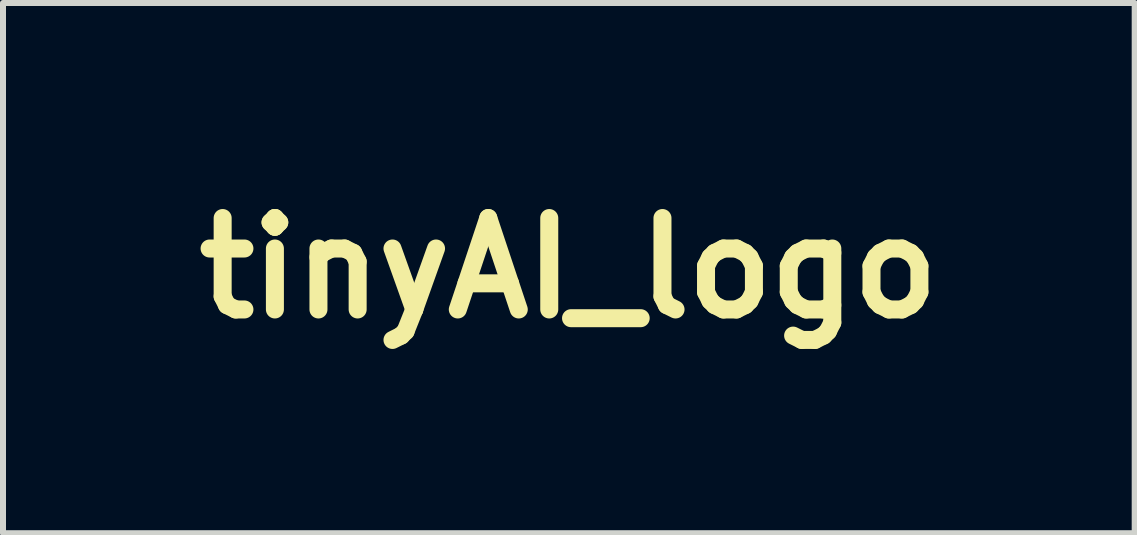
<source format=kicad_pcb>
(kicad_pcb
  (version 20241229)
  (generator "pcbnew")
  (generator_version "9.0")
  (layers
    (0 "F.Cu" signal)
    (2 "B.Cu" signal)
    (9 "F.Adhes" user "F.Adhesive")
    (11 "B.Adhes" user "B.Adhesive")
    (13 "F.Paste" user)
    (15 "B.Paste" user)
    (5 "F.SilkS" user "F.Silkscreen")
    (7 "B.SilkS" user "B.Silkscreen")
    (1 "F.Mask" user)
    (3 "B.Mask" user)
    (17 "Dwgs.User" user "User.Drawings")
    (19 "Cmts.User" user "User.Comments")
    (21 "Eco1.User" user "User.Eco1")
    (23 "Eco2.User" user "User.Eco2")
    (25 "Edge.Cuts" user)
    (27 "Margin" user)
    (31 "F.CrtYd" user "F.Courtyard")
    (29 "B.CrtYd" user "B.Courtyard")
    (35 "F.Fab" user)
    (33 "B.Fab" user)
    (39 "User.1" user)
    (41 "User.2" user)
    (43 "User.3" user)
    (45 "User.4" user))
  (footprint "tinyAI_logo"
    (layer "F.Cu")
    (at 6.43 1.418)
    (property "Reference" "tinyAI_logo" (at 0 0 0) (layer "F.SilkS") (effects (font (size 1.524 1.524) (thickness 0.3))))
    (attr board_only exclude_from_pos_files exclude_from_bom)
    (fp_poly (pts (xy -2.297 0.975) (xy -2.366 0.975) (xy -2.366 0.415) (xy -2.297 0.415)) (stroke (width 0) (type solid)) (fill yes) (layer "F.Mask"))
    (fp_poly (pts (xy -2.294 0.305) (xy -2.373 0.305) (xy -2.373 0.22) (xy -2.294 0.22)) (stroke (width 0) (type solid)) (fill yes) (layer "F.Mask"))
    (fp_poly (pts (xy -0.466 0.371) (xy -0.629 0.371) (xy -0.629 0.205) (xy -0.466 0.205)) (stroke (width 0) (type solid)) (fill yes) (layer "F.Mask"))
    (fp_poly (pts (xy -0.466 0.975) (xy -0.629 0.975) (xy -0.629 0.415) (xy -0.466 0.415)) (stroke (width 0) (type solid)) (fill yes) (layer "F.Mask"))
    (fp_poly (pts (xy 0.349 0.371) (xy 0.186 0.371) (xy 0.186 0.205) (xy 0.349 0.205)) (stroke (width 0) (type solid)) (fill yes) (layer "F.Mask"))
    (fp_poly (pts (xy 0.349 0.975) (xy 0.186 0.975) (xy 0.186 0.415) (xy 0.349 0.415)) (stroke (width 0) (type solid)) (fill yes) (layer "F.Mask"))
    (fp_poly (pts (xy 1.841 0.975) (xy 1.671 0.975) (xy 1.671 0.802) (xy 1.841 0.802)) (stroke (width 0) (type solid)) (fill yes) (layer "F.Mask"))
    (fp_poly (pts (xy 2.728 0.371) (xy 2.565 0.371) (xy 2.565 0.205) (xy 2.728 0.205)) (stroke (width 0) (type solid)) (fill yes) (layer "F.Mask"))
    (fp_poly (pts (xy 2.728 0.975) (xy 2.565 0.975) (xy 2.565 0.415) (xy 2.728 0.415)) (stroke (width 0) (type solid)) (fill yes) (layer "F.Mask"))
    (fp_poly (pts (xy -2.615 0.415) (xy -2.489 0.415) (xy -2.489 0.475) (xy -2.615 0.475) (xy -2.614 0.673) (xy -2.613 0.87) (xy -2.606 0.887) (xy -2.596 0.902) (xy -2.584 0.916) (xy -2.569 0.927) (xy -2.554 0.933) (xy -2.552 0.934) (xy -2.541 0.935) (xy -2.525 0.936) (xy -2.507 0.936) (xy -2.49 0.935) (xy -2.474 0.934) (xy -2.473 0.934) (xy -2.454 0.931) (xy -2.454 0.987) (xy -2.476 0.989) (xy -2.498 0.991) (xy -2.519 0.992) (xy -2.536 0.993) (xy -2.549 0.993) (xy -2.554 0.992) (xy -2.585 0.986) (xy -2.612 0.976) (xy -2.634 0.963) (xy -2.646 0.951) (xy -2.656 0.938) (xy -2.665 0.92) (xy -2.673 0.899) (xy -2.679 0.877) (xy -2.681 0.866) (xy -2.681 0.857) (xy -2.682 0.843) (xy -2.683 0.822) (xy -2.683 0.795) (xy -2.684 0.764) (xy -2.684 0.727) (xy -2.684 0.685) (xy -2.684 0.659) (xy -2.684 0.475) (xy -2.794 0.475) (xy -2.794 0.415) (xy -2.687 0.415) (xy -2.687 0.281) (xy -2.663 0.279) (xy -2.649 0.278) (xy -2.636 0.276) (xy -2.627 0.275) (xy -2.627 0.275) (xy -2.615 0.273)) (stroke (width 0) (type solid)) (fill yes) (layer "F.Mask"))
    (fp_poly (pts (xy 1.402 0.408) (xy 1.417 0.408) (xy 1.429 0.41) (xy 1.438 0.412) (xy 1.444 0.413) (xy 1.454 0.417) (xy 1.461 0.42) (xy 1.463 0.421) (xy 1.467 0.424) (xy 1.474 0.429) (xy 1.479 0.432) (xy 1.499 0.447) (xy 1.517 0.467) (xy 1.531 0.492) (xy 1.541 0.521) (xy 1.544 0.532) (xy 1.545 0.538) (xy 1.546 0.544) (xy 1.547 0.553) (xy 1.547 0.564) (xy 1.548 0.577) (xy 1.548 0.594) (xy 1.549 0.614) (xy 1.549 0.639) (xy 1.55 0.668) (xy 1.55 0.702) (xy 1.55 0.741) (xy 1.55 0.765) (xy 1.552 0.975) (xy 1.388 0.975) (xy 1.388 0.805) (xy 1.388 0.762) (xy 1.387 0.724) (xy 1.387 0.692) (xy 1.387 0.665) (xy 1.386 0.643) (xy 1.385 0.624) (xy 1.384 0.609) (xy 1.383 0.597) (xy 1.381 0.587) (xy 1.379 0.579) (xy 1.377 0.574) (xy 1.376 0.572) (xy 1.365 0.555) (xy 1.35 0.544) (xy 1.332 0.537) (xy 1.312 0.537) (xy 1.305 0.538) (xy 1.287 0.543) (xy 1.273 0.552) (xy 1.261 0.565) (xy 1.251 0.582) (xy 1.245 0.596) (xy 1.244 0.6) (xy 1.243 0.604) (xy 1.242 0.609) (xy 1.241 0.615) (xy 1.24 0.622) (xy 1.239 0.631) (xy 1.239 0.642) (xy 1.239 0.657) (xy 1.238 0.676) (xy 1.238 0.699) (xy 1.238 0.726) (xy 1.238 0.759) (xy 1.237 0.795) (xy 1.236 0.975) (xy 1.073 0.975) (xy 1.073 0.415) (xy 1.224 0.415) (xy 1.225 0.46) (xy 1.226 0.505) (xy 1.239 0.484) (xy 1.246 0.474) (xy 1.255 0.463) (xy 1.265 0.452) (xy 1.275 0.442) (xy 1.284 0.434) (xy 1.29 0.429) (xy 1.293 0.428) (xy 1.297 0.426) (xy 1.303 0.422) (xy 1.31 0.416) (xy 1.32 0.412) (xy 1.333 0.41) (xy 1.35 0.408) (xy 1.372 0.408) (xy 1.381 0.408)) (stroke (width 0) (type solid)) (fill yes) (layer "F.Mask"))
    (fp_poly (pts (xy -1.862 0.401) (xy -1.85 0.402) (xy -1.837 0.405) (xy -1.824 0.408) (xy -1.811 0.412) (xy -1.8 0.416) (xy -1.793 0.419) (xy -1.79 0.422) (xy -1.788 0.424) (xy -1.782 0.429) (xy -1.775 0.434) (xy -1.755 0.45) (xy -1.738 0.472) (xy -1.724 0.498) (xy -1.713 0.527) (xy -1.712 0.531) (xy -1.711 0.536) (xy -1.71 0.542) (xy -1.709 0.549) (xy -1.709 0.559) (xy -1.708 0.571) (xy -1.708 0.586) (xy -1.708 0.605) (xy -1.707 0.627) (xy -1.707 0.654) (xy -1.707 0.686) (xy -1.707 0.723) (xy -1.706 0.761) (xy -1.705 0.975) (xy -1.771 0.975) (xy -1.772 0.773) (xy -1.773 0.733) (xy -1.773 0.698) (xy -1.773 0.668) (xy -1.773 0.643) (xy -1.774 0.622) (xy -1.774 0.605) (xy -1.774 0.592) (xy -1.775 0.581) (xy -1.776 0.572) (xy -1.776 0.565) (xy -1.777 0.559) (xy -1.779 0.554) (xy -1.78 0.549) (xy -1.78 0.546) (xy -1.79 0.519) (xy -1.802 0.498) (xy -1.818 0.481) (xy -1.837 0.47) (xy -1.86 0.464) (xy -1.886 0.462) (xy -1.916 0.465) (xy -1.944 0.473) (xy -1.969 0.486) (xy -1.993 0.506) (xy -1.994 0.507) (xy -2.012 0.526) (xy -2.026 0.547) (xy -2.037 0.571) (xy -2.046 0.599) (xy -2.046 0.601) (xy -2.048 0.606) (xy -2.049 0.612) (xy -2.05 0.618) (xy -2.051 0.625) (xy -2.051 0.635) (xy -2.052 0.646) (xy -2.052 0.661) (xy -2.053 0.679) (xy -2.053 0.701) (xy -2.053 0.727) (xy -2.054 0.759) (xy -2.054 0.796) (xy -2.054 0.8) (xy -2.055 0.975) (xy -2.127 0.975) (xy -2.127 0.415) (xy -2.055 0.415) (xy -2.055 0.514) (xy -2.042 0.494) (xy -2.024 0.47) (xy -2.005 0.449) (xy -1.985 0.434) (xy -1.984 0.434) (xy -1.975 0.427) (xy -1.968 0.422) (xy -1.964 0.419) (xy -1.958 0.416) (xy -1.946 0.411) (xy -1.932 0.407) (xy -1.917 0.404) (xy -1.901 0.401) (xy -1.897 0.401) (xy -1.88 0.4)) (stroke (width 0) (type solid)) (fill yes) (layer "F.Mask"))
    (fp_poly (pts (xy 0.731 0.407) (xy 0.752 0.409) (xy 0.77 0.411) (xy 0.783 0.413) (xy 0.794 0.416) (xy 0.802 0.419) (xy 0.805 0.421) (xy 0.809 0.424) (xy 0.817 0.427) (xy 0.821 0.429) (xy 0.853 0.445) (xy 0.882 0.466) (xy 0.908 0.492) (xy 0.929 0.522) (xy 0.947 0.556) (xy 0.961 0.593) (xy 0.97 0.633) (xy 0.974 0.676) (xy 0.974 0.717) (xy 0.97 0.761) (xy 0.961 0.801) (xy 0.947 0.838) (xy 0.928 0.872) (xy 0.903 0.904) (xy 0.897 0.911) (xy 0.871 0.936) (xy 0.841 0.956) (xy 0.808 0.971) (xy 0.782 0.979) (xy 0.764 0.982) (xy 0.742 0.985) (xy 0.718 0.986) (xy 0.695 0.987) (xy 0.673 0.986) (xy 0.659 0.985) (xy 0.624 0.977) (xy 0.593 0.965) (xy 0.564 0.948) (xy 0.538 0.927) (xy 0.513 0.899) (xy 0.494 0.872) (xy 0.476 0.84) (xy 0.463 0.804) (xy 0.453 0.766) (xy 0.448 0.726) (xy 0.447 0.685) (xy 0.447 0.684) (xy 0.62 0.684) (xy 0.621 0.727) (xy 0.624 0.763) (xy 0.63 0.795) (xy 0.638 0.82) (xy 0.648 0.841) (xy 0.66 0.857) (xy 0.675 0.868) (xy 0.676 0.868) (xy 0.689 0.873) (xy 0.706 0.875) (xy 0.724 0.874) (xy 0.74 0.871) (xy 0.748 0.868) (xy 0.763 0.857) (xy 0.776 0.841) (xy 0.787 0.82) (xy 0.795 0.794) (xy 0.799 0.768) (xy 0.801 0.743) (xy 0.802 0.715) (xy 0.802 0.686) (xy 0.801 0.657) (xy 0.798 0.629) (xy 0.795 0.604) (xy 0.791 0.582) (xy 0.788 0.572) (xy 0.779 0.553) (xy 0.767 0.537) (xy 0.753 0.526) (xy 0.751 0.525) (xy 0.736 0.52) (xy 0.718 0.517) (xy 0.699 0.518) (xy 0.681 0.522) (xy 0.673 0.525) (xy 0.657 0.536) (xy 0.645 0.551) (xy 0.635 0.572) (xy 0.627 0.598) (xy 0.622 0.63) (xy 0.62 0.667) (xy 0.62 0.684) (xy 0.447 0.684) (xy 0.451 0.644) (xy 0.458 0.604) (xy 0.47 0.566) (xy 0.485 0.532) (xy 0.496 0.515) (xy 0.513 0.493) (xy 0.534 0.471) (xy 0.557 0.453) (xy 0.581 0.437) (xy 0.598 0.429) (xy 0.607 0.425) (xy 0.612 0.422) (xy 0.614 0.421) (xy 0.617 0.419) (xy 0.625 0.416) (xy 0.634 0.413) (xy 0.647 0.411) (xy 0.665 0.409) (xy 0.686 0.407) (xy 0.708 0.407)) (stroke (width 0) (type solid)) (fill yes) (layer "F.Mask"))
    (fp_poly (pts (xy -0.122 0.407) (xy -0.1 0.408) (xy -0.081 0.41) (xy -0.066 0.413) (xy -0.063 0.413) (xy -0.052 0.417) (xy -0.044 0.419) (xy -0.041 0.421) (xy -0.038 0.424) (xy -0.03 0.428) (xy -0.02 0.434) (xy -0.019 0.435) (xy 0.001 0.447) (xy 0.02 0.465) (xy 0.038 0.485) (xy 0.051 0.504) (xy 0.059 0.518) (xy 0.065 0.531) (xy 0.07 0.542) (xy 0.072 0.55) (xy 0.071 0.553) (xy 0.068 0.554) (xy 0.06 0.557) (xy 0.048 0.56) (xy 0.033 0.565) (xy 0.017 0.569) (xy 0.001 0.574) (xy -0.014 0.578) (xy -0.028 0.582) (xy -0.037 0.584) (xy -0.043 0.585) (xy -0.043 0.585) (xy -0.046 0.583) (xy -0.05 0.576) (xy -0.052 0.571) (xy -0.061 0.554) (xy -0.075 0.538) (xy -0.092 0.525) (xy -0.098 0.522) (xy -0.107 0.519) (xy -0.115 0.516) (xy -0.124 0.515) (xy -0.137 0.515) (xy -0.151 0.514) (xy -0.167 0.515) (xy -0.179 0.515) (xy -0.188 0.517) (xy -0.195 0.519) (xy -0.202 0.522) (xy -0.217 0.532) (xy -0.226 0.544) (xy -0.23 0.558) (xy -0.227 0.572) (xy -0.222 0.583) (xy -0.217 0.588) (xy -0.212 0.592) (xy -0.205 0.596) (xy -0.196 0.6) (xy -0.184 0.603) (xy -0.168 0.606) (xy -0.146 0.61) (xy -0.123 0.613) (xy -0.102 0.617) (xy -0.081 0.62) (xy -0.062 0.624) (xy -0.046 0.627) (xy -0.035 0.629) (xy -0.002 0.64) (xy 0.027 0.654) (xy 0.05 0.671) (xy 0.069 0.693) (xy 0.083 0.718) (xy 0.092 0.748) (xy 0.096 0.776) (xy 0.096 0.81) (xy 0.09 0.843) (xy 0.079 0.873) (xy 0.063 0.901) (xy 0.042 0.925) (xy 0.017 0.946) (xy -0.009 0.96) (xy -0.04 0.972) (xy -0.076 0.981) (xy -0.115 0.986) (xy -0.155 0.988) (xy -0.195 0.986) (xy -0.206 0.984) (xy -0.236 0.979) (xy -0.262 0.972) (xy -0.289 0.961) (xy -0.293 0.959) (xy -0.307 0.951) (xy -0.32 0.943) (xy -0.332 0.932) (xy -0.344 0.921) (xy -0.361 0.901) (xy -0.375 0.881) (xy -0.386 0.86) (xy -0.393 0.841) (xy -0.395 0.832) (xy -0.397 0.819) (xy -0.333 0.811) (xy -0.313 0.808) (xy -0.296 0.806) (xy -0.281 0.804) (xy -0.27 0.803) (xy -0.264 0.802) (xy -0.264 0.802) (xy -0.259 0.805) (xy -0.255 0.813) (xy -0.255 0.813) (xy -0.249 0.826) (xy -0.238 0.839) (xy -0.226 0.85) (xy -0.213 0.86) (xy -0.208 0.862) (xy -0.183 0.87) (xy -0.154 0.873) (xy -0.125 0.873) (xy -0.096 0.868) (xy -0.091 0.867) (xy -0.075 0.86) (xy -0.062 0.85) (xy -0.053 0.839) (xy -0.048 0.827) (xy -0.047 0.822) (xy -0.049 0.811) (xy -0.054 0.801) (xy -0.063 0.793) (xy -0.077 0.787) (xy -0.096 0.781) (xy -0.121 0.777) (xy -0.131 0.776) (xy -0.142 0.774) (xy -0.157 0.771) (xy -0.173 0.769) (xy -0.189 0.765) (xy -0.204 0.762) (xy -0.216 0.759) (xy -0.225 0.757) (xy -0.23 0.756) (xy -0.23 0.756) (xy -0.233 0.754) (xy -0.241 0.751) (xy -0.252 0.748) (xy -0.253 0.747) (xy -0.285 0.736) (xy -0.313 0.721) (xy -0.335 0.702) (xy -0.352 0.68) (xy -0.366 0.653) (xy -0.374 0.624) (xy -0.377 0.594) (xy -0.375 0.563) (xy -0.368 0.534) (xy -0.356 0.506) (xy -0.338 0.481) (xy -0.329 0.47) (xy -0.318 0.461) (xy -0.305 0.452) (xy -0.291 0.442) (xy -0.277 0.434) (xy -0.265 0.428) (xy -0.256 0.425) (xy -0.253 0.425) (xy -0.249 0.423) (xy -0.249 0.422) (xy -0.246 0.42) (xy -0.238 0.417) (xy -0.228 0.414) (xy -0.226 0.413) (xy -0.211 0.411) (xy -0.192 0.409) (xy -0.17 0.408) (xy -0.146 0.407)) (stroke (width 0) (type solid)) (fill yes) (layer "F.Mask"))
    (fp_poly (pts (xy 2.235 0.408) (xy 2.26 0.409) (xy 2.281 0.411) (xy 2.293 0.413) (xy 2.305 0.416) (xy 2.314 0.419) (xy 2.319 0.422) (xy 2.319 0.422) (xy 2.322 0.425) (xy 2.323 0.425) (xy 2.328 0.426) (xy 2.337 0.43) (xy 2.348 0.435) (xy 2.353 0.438) (xy 2.376 0.451) (xy 2.396 0.467) (xy 2.411 0.484) (xy 2.417 0.494) (xy 2.42 0.501) (xy 2.423 0.506) (xy 2.425 0.513) (xy 2.427 0.519) (xy 2.429 0.527) (xy 2.43 0.537) (xy 2.431 0.549) (xy 2.432 0.563) (xy 2.433 0.581) (xy 2.433 0.602) (xy 2.434 0.628) (xy 2.434 0.658) (xy 2.435 0.693) (xy 2.435 0.734) (xy 2.435 0.746) (xy 2.436 0.792) (xy 2.436 0.831) (xy 2.437 0.865) (xy 2.438 0.894) (xy 2.438 0.917) (xy 2.439 0.935) (xy 2.44 0.948) (xy 2.441 0.956) (xy 2.441 0.96) (xy 2.444 0.968) (xy 2.445 0.973) (xy 2.445 0.973) (xy 2.442 0.974) (xy 2.433 0.974) (xy 2.42 0.975) (xy 2.404 0.975) (xy 2.384 0.975) (xy 2.365 0.975) (xy 2.285 0.975) (xy 2.282 0.95) (xy 2.28 0.935) (xy 2.278 0.922) (xy 2.277 0.911) (xy 2.277 0.91) (xy 2.277 0.897) (xy 2.255 0.922) (xy 2.234 0.944) (xy 2.213 0.961) (xy 2.189 0.973) (xy 2.163 0.981) (xy 2.134 0.986) (xy 2.118 0.986) (xy 2.101 0.987) (xy 2.085 0.986) (xy 2.071 0.986) (xy 2.064 0.985) (xy 2.045 0.981) (xy 2.024 0.974) (xy 2.006 0.966) (xy 1.997 0.961) (xy 1.988 0.954) (xy 1.978 0.946) (xy 1.969 0.939) (xy 1.963 0.932) (xy 1.96 0.928) (xy 1.96 0.928) (xy 1.959 0.924) (xy 1.955 0.916) (xy 1.952 0.913) (xy 1.942 0.893) (xy 1.935 0.87) (xy 1.932 0.843) (xy 1.932 0.816) (xy 1.933 0.808) (xy 2.106 0.808) (xy 2.107 0.826) (xy 2.112 0.843) (xy 2.122 0.857) (xy 2.134 0.868) (xy 2.15 0.876) (xy 2.168 0.88) (xy 2.187 0.879) (xy 2.208 0.872) (xy 2.211 0.871) (xy 2.23 0.858) (xy 2.246 0.84) (xy 2.259 0.818) (xy 2.268 0.794) (xy 2.268 0.79) (xy 2.27 0.78) (xy 2.271 0.765) (xy 2.272 0.749) (xy 2.272 0.742) (xy 2.272 0.711) (xy 2.263 0.711) (xy 2.251 0.712) (xy 2.234 0.715) (xy 2.216 0.718) (xy 2.198 0.723) (xy 2.182 0.727) (xy 2.177 0.729) (xy 2.158 0.737) (xy 2.144 0.745) (xy 2.132 0.754) (xy 2.122 0.767) (xy 2.121 0.769) (xy 2.111 0.789) (xy 2.106 0.808) (xy 1.933 0.808) (xy 1.935 0.789) (xy 1.94 0.773) (xy 1.948 0.749) (xy 1.959 0.731) (xy 1.972 0.714) (xy 1.984 0.703) (xy 2.001 0.688) (xy 2.021 0.676) (xy 2.043 0.665) (xy 2.068 0.656) (xy 2.097 0.649) (xy 2.131 0.642) (xy 2.17 0.637) (xy 2.209 0.633) (xy 2.225 0.631) (xy 2.24 0.629) (xy 2.252 0.628) (xy 2.259 0.627) (xy 2.272 0.626) (xy 2.272 0.603) (xy 2.27 0.577) (xy 2.264 0.556) (xy 2.254 0.54) (xy 2.24 0.528) (xy 2.222 0.52) (xy 2.2 0.517) (xy 2.177 0.518) (xy 2.156 0.523) (xy 2.137 0.533) (xy 2.123 0.545) (xy 2.115 0.557) (xy 2.108 0.57) (xy 2.103 0.583) (xy 2.102 0.592) (xy 2.1 0.597) (xy 2.093 0.598) (xy 2.084 0.598) (xy 2.072 0.597) (xy 2.058 0.595) (xy 2.043 0.594) (xy 2.029 0.592) (xy 2.017 0.591) (xy 2.009 0.589) (xy 2.005 0.588) (xy 2.004 0.588) (xy 2.002 0.587) (xy 1.994 0.586) (xy 1.982 0.584) (xy 1.976 0.584) (xy 1.962 0.583) (xy 1.953 0.581) (xy 1.949 0.578) (xy 1.948 0.572) (xy 1.95 0.562) (xy 1.953 0.553) (xy 1.964 0.522) (xy 1.979 0.495) (xy 2 0.472) (xy 2.025 0.452) (xy 2.056 0.436) (xy 2.065 0.432) (xy 2.076 0.428) (xy 2.085 0.424) (xy 2.089 0.422) (xy 2.089 0.422) (xy 2.093 0.42) (xy 2.101 0.418) (xy 2.113 0.415) (xy 2.118 0.414) (xy 2.135 0.411) (xy 2.158 0.409) (xy 2.183 0.407) (xy 2.209 0.407)) (stroke (width 0) (type solid)) (fill yes) (layer "F.Mask"))
    (fp_poly (pts (xy -1.13 0.415) (xy -1.107 0.415) (xy -1.086 0.416) (xy -1.066 0.416) (xy -1.05 0.417) (xy -1.038 0.417) (xy -1.031 0.418) (xy -1.029 0.419) (xy -1.028 0.423) (xy -1.026 0.432) (xy -1.022 0.446) (xy -1.017 0.463) (xy -1.011 0.483) (xy -1.004 0.505) (xy -1.003 0.508) (xy -0.995 0.536) (xy -0.985 0.568) (xy -0.975 0.602) (xy -0.965 0.634) (xy -0.956 0.664) (xy -0.953 0.677) (xy -0.945 0.702) (xy -0.939 0.723) (xy -0.934 0.738) (xy -0.931 0.75) (xy -0.928 0.757) (xy -0.927 0.762) (xy -0.926 0.764) (xy -0.926 0.764) (xy -0.925 0.763) (xy -0.925 0.762) (xy -0.925 0.761) (xy -0.924 0.757) (xy -0.922 0.748) (xy -0.918 0.734) (xy -0.913 0.717) (xy -0.907 0.697) (xy -0.9 0.676) (xy -0.892 0.651) (xy -0.883 0.621) (xy -0.873 0.589) (xy -0.863 0.556) (xy -0.854 0.526) (xy -0.848 0.506) (xy -0.82 0.415) (xy -0.758 0.415) (xy -0.736 0.415) (xy -0.721 0.416) (xy -0.71 0.416) (xy -0.702 0.416) (xy -0.698 0.417) (xy -0.696 0.419) (xy -0.695 0.421) (xy -0.695 0.421) (xy -0.697 0.427) (xy -0.699 0.428) (xy -0.7 0.432) (xy -0.703 0.44) (xy -0.708 0.453) (xy -0.714 0.471) (xy -0.722 0.493) (xy -0.731 0.518) (xy -0.741 0.547) (xy -0.751 0.577) (xy -0.762 0.609) (xy -0.774 0.643) (xy -0.786 0.678) (xy -0.797 0.713) (xy -0.809 0.748) (xy -0.821 0.782) (xy -0.832 0.815) (xy -0.842 0.846) (xy -0.852 0.875) (xy -0.861 0.902) (xy -0.868 0.925) (xy -0.869 0.928) (xy -0.885 0.976) (xy -1.015 0.974) (xy -1.023 0.947) (xy -1.025 0.94) (xy -1.03 0.928) (xy -1.035 0.911) (xy -1.042 0.89) (xy -1.051 0.865) (xy -1.06 0.837) (xy -1.07 0.807) (xy -1.081 0.774) (xy -1.093 0.741) (xy -1.104 0.706) (xy -1.116 0.672) (xy -1.127 0.638) (xy -1.138 0.605) (xy -1.149 0.574) (xy -1.159 0.545) (xy -1.168 0.518) (xy -1.175 0.495) (xy -1.182 0.476) (xy -1.187 0.462) (xy -1.19 0.452) (xy -1.19 0.452) (xy -1.194 0.442) (xy -1.197 0.436) (xy -1.199 0.434) (xy -1.199 0.434) (xy -1.204 0.447) (xy -1.21 0.464) (xy -1.218 0.486) (xy -1.228 0.513) (xy -1.239 0.544) (xy -1.252 0.579) (xy -1.265 0.616) (xy -1.28 0.656) (xy -1.295 0.698) (xy -1.311 0.741) (xy -1.327 0.785) (xy -1.343 0.83) (xy -1.348 0.845) (xy -1.364 0.89) (xy -1.379 0.929) (xy -1.391 0.964) (xy -1.402 0.994) (xy -1.412 1.019) (xy -1.42 1.041) (xy -1.428 1.059) (xy -1.434 1.074) (xy -1.44 1.087) (xy -1.445 1.097) (xy -1.45 1.106) (xy -1.455 1.113) (xy -1.46 1.119) (xy -1.465 1.125) (xy -1.47 1.13) (xy -1.491 1.148) (xy -1.516 1.161) (xy -1.541 1.169) (xy -1.558 1.172) (xy -1.575 1.173) (xy -1.592 1.173) (xy -1.606 1.172) (xy -1.606 1.172) (xy -1.613 1.17) (xy -1.623 1.168) (xy -1.629 1.167) (xy -1.646 1.164) (xy -1.646 1.105) (xy -1.636 1.108) (xy -1.612 1.113) (xy -1.588 1.115) (xy -1.565 1.113) (xy -1.546 1.108) (xy -1.532 1.102) (xy -1.517 1.088) (xy -1.503 1.069) (xy -1.488 1.044) (xy -1.474 1.014) (xy -1.467 0.994) (xy -1.456 0.967) (xy -1.469 0.928) (xy -1.473 0.915) (xy -1.479 0.898) (xy -1.486 0.876) (xy -1.494 0.852) (xy -1.503 0.826) (xy -1.512 0.8) (xy -1.516 0.787) (xy -1.525 0.76) (xy -1.536 0.728) (xy -1.548 0.694) (xy -1.56 0.658) (xy -1.572 0.621) (xy -1.584 0.586) (xy -1.595 0.554) (xy -1.604 0.526) (xy -1.613 0.501) (xy -1.621 0.478) (xy -1.627 0.457) (xy -1.633 0.441) (xy -1.637 0.429) (xy -1.639 0.421) (xy -1.639 0.419) (xy -1.638 0.417) (xy -1.632 0.416) (xy -1.621 0.416) (xy -1.605 0.415) (xy -1.604 0.415) (xy -1.569 0.416) (xy -1.495 0.642) (xy -1.421 0.868) (xy -1.401 0.812) (xy -1.388 0.778) (xy -1.376 0.742) (xy -1.363 0.706) (xy -1.35 0.67) (xy -1.337 0.634) (xy -1.324 0.6) (xy -1.313 0.567) (xy -1.302 0.536) (xy -1.291 0.508) (xy -1.282 0.482) (xy -1.275 0.461) (xy -1.268 0.443) (xy -1.264 0.43) (xy -1.261 0.422) (xy -1.26 0.419) (xy -1.257 0.418) (xy -1.248 0.417) (xy -1.235 0.417) (xy -1.218 0.416) (xy -1.198 0.415) (xy -1.176 0.415) (xy -1.153 0.415)) (stroke (width 0) (type solid)) (fill yes) (layer "F.Mask"))
    (fp_poly (pts (xy 0.018 -1.14) (xy 0.027 -1.14) (xy 0.052 -1.14) (xy 0.072 -1.14) (xy 0.089 -1.14) (xy 0.102 -1.139) (xy 0.113 -1.138) (xy 0.124 -1.136) (xy 0.135 -1.134) (xy 0.148 -1.132) (xy 0.149 -1.132) (xy 0.165 -1.128) (xy 0.183 -1.123) (xy 0.201 -1.118) (xy 0.22 -1.113) (xy 0.237 -1.107) (xy 0.252 -1.102) (xy 0.264 -1.098) (xy 0.271 -1.094) (xy 0.273 -1.093) (xy 0.277 -1.09) (xy 0.285 -1.086) (xy 0.296 -1.081) (xy 0.299 -1.079) (xy 0.327 -1.066) (xy 0.359 -1.048) (xy 0.392 -1.029) (xy 0.426 -1.007) (xy 0.458 -0.985) (xy 0.487 -0.962) (xy 0.489 -0.961) (xy 0.503 -0.949) (xy 0.52 -0.934) (xy 0.54 -0.916) (xy 0.561 -0.896) (xy 0.583 -0.874) (xy 0.604 -0.853) (xy 0.624 -0.832) (xy 0.643 -0.813) (xy 0.658 -0.796) (xy 0.664 -0.79) (xy 0.674 -0.778) (xy 0.684 -0.766) (xy 0.692 -0.757) (xy 0.696 -0.752) (xy 0.702 -0.746) (xy 0.71 -0.736) (xy 0.72 -0.724) (xy 0.731 -0.71) (xy 0.742 -0.696) (xy 0.752 -0.684) (xy 0.76 -0.674) (xy 0.763 -0.669) (xy 0.772 -0.658) (xy 0.748 -0.624) (xy 0.739 -0.612) (xy 0.731 -0.601) (xy 0.726 -0.593) (xy 0.724 -0.59) (xy 0.724 -0.589) (xy 0.722 -0.586) (xy 0.717 -0.579) (xy 0.709 -0.57) (xy 0.701 -0.56) (xy 0.693 -0.551) (xy 0.692 -0.55) (xy 0.686 -0.544) (xy 0.677 -0.535) (xy 0.666 -0.522) (xy 0.654 -0.509) (xy 0.646 -0.5) (xy 0.595 -0.445) (xy 0.543 -0.396) (xy 0.492 -0.353) (xy 0.439 -0.313) (xy 0.385 -0.278) (xy 0.379 -0.275) (xy 0.366 -0.267) (xy 0.355 -0.26) (xy 0.347 -0.254) (xy 0.343 -0.252) (xy 0.343 -0.251) (xy 0.339 -0.249) (xy 0.33 -0.244) (xy 0.318 -0.238) (xy 0.303 -0.231) (xy 0.286 -0.223) (xy 0.268 -0.216) (xy 0.252 -0.209) (xy 0.236 -0.203) (xy 0.23 -0.201) (xy 0.182 -0.186) (xy 0.136 -0.175) (xy 0.091 -0.168) (xy 0.044 -0.165) (xy 0.008 -0.164) (xy -0.01 -0.164) (xy -0.026 -0.165) (xy -0.04 -0.165) (xy -0.049 -0.165) (xy -0.052 -0.166) (xy -0.075 -0.169) (xy -0.101 -0.174) (xy -0.128 -0.18) (xy -0.152 -0.186) (xy -0.154 -0.186) (xy -0.174 -0.192) (xy -0.196 -0.2) (xy -0.219 -0.209) (xy -0.241 -0.218) (xy -0.262 -0.227) (xy -0.28 -0.236) (xy -0.295 -0.244) (xy -0.304 -0.25) (xy -0.309 -0.253) (xy -0.317 -0.26) (xy -0.329 -0.268) (xy -0.343 -0.277) (xy -0.348 -0.28) (xy -0.379 -0.301) (xy -0.41 -0.324) (xy -0.441 -0.349) (xy -0.47 -0.373) (xy -0.495 -0.397) (xy -0.516 -0.419) (xy -0.522 -0.424) (xy -0.532 -0.436) (xy -0.544 -0.45) (xy -0.557 -0.464) (xy -0.564 -0.472) (xy -0.578 -0.488) (xy -0.594 -0.506) (xy -0.609 -0.526) (xy -0.625 -0.545) (xy -0.638 -0.562) (xy -0.65 -0.577) (xy -0.657 -0.588) (xy -0.666 -0.601) (xy -0.675 -0.615) (xy -0.685 -0.628) (xy -0.693 -0.639) (xy -0.699 -0.646) (xy -0.7 -0.647) (xy -0.704 -0.654) (xy -0.704 -0.657) (xy -0.573 -0.657) (xy -0.553 -0.632) (xy -0.543 -0.619) (xy -0.533 -0.607) (xy -0.525 -0.596) (xy -0.523 -0.592) (xy -0.508 -0.574) (xy -0.49 -0.552) (xy -0.468 -0.528) (xy -0.444 -0.503) (xy -0.419 -0.478) (xy -0.393 -0.454) (xy -0.368 -0.431) (xy -0.344 -0.41) (xy -0.323 -0.393) (xy -0.316 -0.388) (xy -0.305 -0.38) (xy -0.295 -0.374) (xy -0.289 -0.369) (xy -0.287 -0.368) (xy -0.288 -0.37) (xy -0.293 -0.376) (xy -0.299 -0.385) (xy -0.301 -0.387) (xy -0.321 -0.415) (xy -0.341 -0.449) (xy -0.358 -0.485) (xy -0.373 -0.523) (xy -0.383 -0.56) (xy -0.386 -0.57) (xy -0.389 -0.587) (xy -0.391 -0.609) (xy -0.392 -0.635) (xy -0.392 -0.661) (xy -0.391 -0.688) (xy -0.39 -0.713) (xy -0.388 -0.735) (xy -0.386 -0.747) (xy -0.376 -0.786) (xy -0.362 -0.825) (xy -0.352 -0.846) (xy -0.28 -0.846) (xy -0.253 -0.801) (xy -0.244 -0.786) (xy -0.237 -0.772) (xy -0.231 -0.762) (xy -0.227 -0.755) (xy -0.227 -0.754) (xy -0.225 -0.751) (xy -0.221 -0.743) (xy -0.214 -0.731) (xy -0.205 -0.716) (xy -0.195 -0.698) (xy -0.184 -0.678) (xy -0.179 -0.67) (xy -0.168 -0.65) (xy -0.157 -0.631) (xy -0.147 -0.615) (xy -0.14 -0.602) (xy -0.135 -0.592) (xy -0.132 -0.588) (xy -0.132 -0.587) (xy -0.131 -0.584) (xy -0.126 -0.576) (xy -0.12 -0.565) (xy -0.111 -0.549) (xy -0.101 -0.532) (xy -0.09 -0.512) (xy -0.087 -0.508) (xy -0.075 -0.487) (xy -0.064 -0.468) (xy -0.054 -0.451) (xy -0.046 -0.437) (xy -0.041 -0.426) (xy -0.037 -0.42) (xy -0.037 -0.42) (xy -0.034 -0.414) (xy -0.029 -0.404) (xy -0.021 -0.392) (xy -0.013 -0.377) (xy -0.004 -0.361) (xy 0.005 -0.345) (xy 0.014 -0.331) (xy 0.022 -0.318) (xy 0.028 -0.307) (xy 0.032 -0.301) (xy 0.033 -0.299) (xy 0.035 -0.302) (xy 0.039 -0.309) (xy 0.046 -0.32) (xy 0.054 -0.334) (xy 0.064 -0.351) (xy 0.069 -0.36) (xy 0.079 -0.378) (xy 0.088 -0.393) (xy 0.091 -0.399) (xy 0.374 -0.399) (xy 0.386 -0.408) (xy 0.394 -0.414) (xy 0.401 -0.42) (xy 0.403 -0.422) (xy 0.407 -0.426) (xy 0.415 -0.432) (xy 0.426 -0.441) (xy 0.438 -0.452) (xy 0.442 -0.455) (xy 0.472 -0.48) (xy 0.501 -0.506) (xy 0.529 -0.534) (xy 0.557 -0.564) (xy 0.586 -0.598) (xy 0.618 -0.636) (xy 0.627 -0.647) (xy 0.631 -0.652) (xy 0.631 -0.656) (xy 0.628 -0.662) (xy 0.625 -0.665) (xy 0.616 -0.676) (xy 0.603 -0.692) (xy 0.588 -0.709) (xy 0.571 -0.728) (xy 0.553 -0.748) (xy 0.535 -0.767) (xy 0.519 -0.785) (xy 0.504 -0.8) (xy 0.493 -0.811) (xy 0.481 -0.822) (xy 0.467 -0.834) (xy 0.453 -0.847) (xy 0.438 -0.86) (xy 0.424 -0.871) (xy 0.411 -0.882) (xy 0.4 -0.89) (xy 0.392 -0.896) (xy 0.388 -0.898) (xy 0.387 -0.898) (xy 0.388 -0.895) (xy 0.392 -0.889) (xy 0.393 -0.888) (xy 0.403 -0.871) (xy 0.415 -0.848) (xy 0.425 -0.823) (xy 0.435 -0.797) (xy 0.443 -0.77) (xy 0.449 -0.747) (xy 0.452 -0.729) (xy 0.454 -0.706) (xy 0.455 -0.68) (xy 0.455 -0.654) (xy 0.454 -0.627) (xy 0.453 -0.603) (xy 0.451 -0.581) (xy 0.449 -0.57) (xy 0.438 -0.532) (xy 0.424 -0.492) (xy 0.406 -0.453) (xy 0.385 -0.416) (xy 0.379 -0.407) (xy 0.374 -0.399) (xy 0.091 -0.399) (xy 0.095 -0.407) (xy 0.101 -0.416) (xy 0.103 -0.422) (xy 0.104 -0.423) (xy 0.105 -0.426) (xy 0.11 -0.433) (xy 0.116 -0.445) (xy 0.125 -0.461) (xy 0.135 -0.479) (xy 0.147 -0.499) (xy 0.151 -0.507) (xy 0.163 -0.527) (xy 0.174 -0.546) (xy 0.183 -0.562) (xy 0.19 -0.576) (xy 0.195 -0.585) (xy 0.198 -0.59) (xy 0.198 -0.59) (xy 0.2 -0.593) (xy 0.204 -0.601) (xy 0.211 -0.613) (xy 0.219 -0.628) (xy 0.229 -0.646) (xy 0.24 -0.665) (xy 0.242 -0.668) (xy 0.253 -0.689) (xy 0.265 -0.708) (xy 0.274 -0.726) (xy 0.283 -0.74) (xy 0.289 -0.751) (xy 0.292 -0.758) (xy 0.292 -0.758) (xy 0.296 -0.766) (xy 0.303 -0.778) (xy 0.311 -0.792) (xy 0.319 -0.807) (xy 0.319 -0.807) (xy 0.327 -0.82) (xy 0.333 -0.832) (xy 0.338 -0.84) (xy 0.34 -0.844) (xy 0.34 -0.844) (xy 0.337 -0.845) (xy 0.328 -0.845) (xy 0.313 -0.845) (xy 0.294 -0.845) (xy 0.27 -0.846) (xy 0.242 -0.846) (xy 0.21 -0.846) (xy 0.175 -0.846) (xy 0.137 -0.846) (xy 0.096 -0.846) (xy 0.053 -0.846) (xy 0.03 -0.846) (xy -0.28 -0.846) (xy -0.352 -0.846) (xy -0.345 -0.862) (xy -0.325 -0.895) (xy -0.323 -0.898) (xy -0.318 -0.906) (xy -0.315 -0.911) (xy -0.315 -0.913) (xy -0.318 -0.912) (xy -0.325 -0.907) (xy -0.336 -0.899) (xy -0.348 -0.89) (xy -0.393 -0.854) (xy -0.437 -0.813) (xy -0.482 -0.767) (xy -0.526 -0.717) (xy -0.555 -0.68) (xy -0.573 -0.657) (xy -0.704 -0.657) (xy -0.704 -0.66) (xy -0.701 -0.663) (xy -0.698 -0.666) (xy -0.692 -0.674) (xy -0.684 -0.685) (xy -0.676 -0.697) (xy -0.652 -0.732) (xy -0.629 -0.762) (xy -0.607 -0.79) (xy -0.584 -0.817) (xy -0.559 -0.844) (xy -0.532 -0.873) (xy -0.511 -0.893) (xy -0.469 -0.933) (xy -0.428 -0.967) (xy -0.388 -0.998) (xy -0.347 -1.025) (xy -0.304 -1.05) (xy -0.277 -1.064) (xy -0.261 -1.073) (xy -0.246 -1.08) (xy -0.235 -1.086) (xy -0.227 -1.09) (xy -0.224 -1.092) (xy -0.219 -1.095) (xy -0.208 -1.099) (xy -0.194 -1.104) (xy -0.177 -1.11) (xy -0.158 -1.115) (xy -0.139 -1.121) (xy -0.12 -1.126) (xy -0.103 -1.13) (xy -0.096 -1.132) (xy -0.083 -1.135) (xy -0.072 -1.137) (xy -0.062 -1.138) (xy -0.051 -1.139) (xy -0.039 -1.14) (xy -0.024 -1.14) (xy -0.006 -1.14)) (stroke (width 0) (type solid)) (fill yes) (layer "F.Mask")))
  (gr_rect
    (start -3 -3)
    (end 15.86 5.836)
    (stroke (width 0.1) (type default))
    (fill no)
    (layer "Edge.Cuts")))
</source>
